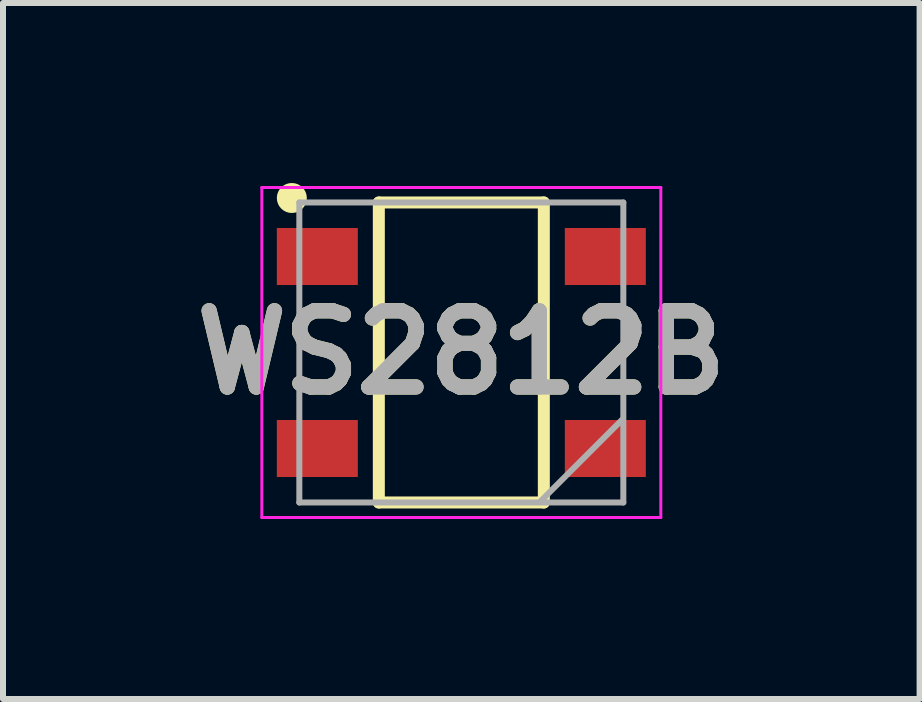
<source format=kicad_pcb>
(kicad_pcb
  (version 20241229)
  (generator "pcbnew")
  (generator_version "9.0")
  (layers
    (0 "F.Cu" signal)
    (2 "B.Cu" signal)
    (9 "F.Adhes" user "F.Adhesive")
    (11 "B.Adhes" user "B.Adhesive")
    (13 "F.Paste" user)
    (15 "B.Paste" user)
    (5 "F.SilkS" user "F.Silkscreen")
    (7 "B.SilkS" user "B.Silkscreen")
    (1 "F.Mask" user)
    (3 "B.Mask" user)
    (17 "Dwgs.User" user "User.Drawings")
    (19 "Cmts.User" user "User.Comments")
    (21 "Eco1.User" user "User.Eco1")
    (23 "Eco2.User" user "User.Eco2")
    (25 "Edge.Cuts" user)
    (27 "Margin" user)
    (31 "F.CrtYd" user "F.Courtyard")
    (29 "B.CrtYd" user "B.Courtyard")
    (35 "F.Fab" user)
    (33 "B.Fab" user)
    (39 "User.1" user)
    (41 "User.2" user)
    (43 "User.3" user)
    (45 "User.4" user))
  (footprint "WS2812B"
    (layer "F.Cu")
    (at 4.639 2.825)
    (property "Reference" "WS2812B" (at 0 0 0) (layer "F.SilkS") (effects (font (size 1.27 1.27) (thickness 0.254))))
    (attr smd)
    (fp_line (start -1.375 -2.5) (end 1.375 -2.5) (stroke (width 0.2) (type solid)) (layer "F.SilkS"))
    (fp_line (start -1.375 2.5) (end -1.375 -2.5) (stroke (width 0.2) (type solid)) (layer "F.SilkS"))
    (fp_line (start 1.375 -2.5) (end 1.375 2.5) (stroke (width 0.2) (type solid)) (layer "F.SilkS"))
    (fp_line (start 1.375 2.5) (end -1.375 2.5) (stroke (width 0.2) (type solid)) (layer "F.SilkS"))
    (fp_circle (center -2.825 -2.575) (end -2.825 -2.45) (stroke (width 0.25) (type solid)) (fill no) (layer "F.SilkS"))
    (fp_line (start -3.325 -2.75) (end 3.325 -2.75) (stroke (width 0.05) (type solid)) (layer "F.CrtYd"))
    (fp_line (start -3.325 2.75) (end -3.325 -2.75) (stroke (width 0.05) (type solid)) (layer "F.CrtYd"))
    (fp_line (start 3.325 -2.75) (end 3.325 2.75) (stroke (width 0.05) (type solid)) (layer "F.CrtYd"))
    (fp_line (start 3.325 2.75) (end -3.325 2.75) (stroke (width 0.05) (type solid)) (layer "F.CrtYd"))
    (fp_line (start -2.7 -2.5) (end 2.7 -2.5) (stroke (width 0.1) (type solid)) (layer "F.Fab"))
    (fp_line (start -2.7 2.5) (end -2.7 -2.5) (stroke (width 0.1) (type solid)) (layer "F.Fab"))
    (fp_line (start 1.325 2.475) (end 2.675 1.125) (stroke (width 0.1) (type solid)) (layer "F.Fab"))
    (fp_line (start 2.7 -2.5) (end 2.7 2.5) (stroke (width 0.1) (type solid)) (layer "F.Fab"))
    (fp_line (start 2.7 2.5) (end -2.7 2.5) (stroke (width 0.1) (type solid)) (layer "F.Fab"))
    (fp_text user "${REFERENCE}" (at 0 0 0) (layer "F.Fab") (effects (font (size 1.27 1.27) (thickness 0.254))))
    (pad "1" smd rect (at -2.4 -1.6 90) (size 0.95 1.35) (layers "F.Cu" "F.Mask" "F.Paste"))
    (pad "2" smd rect (at -2.4 1.6 90) (size 0.95 1.35) (layers "F.Cu" "F.Mask" "F.Paste"))
    (pad "3" smd rect (at 2.4 1.6 90) (size 0.95 1.35) (layers "F.Cu" "F.Mask" "F.Paste"))
    (pad "4" smd rect (at 2.4 -1.6 90) (size 0.95 1.35) (layers "F.Cu" "F.Mask" "F.Paste")))
  (gr_rect
    (start -3 -3)
    (end 12.277 8.6)
    (stroke (width 0.1) (type default))
    (fill no)
    (layer "Edge.Cuts")))
</source>
